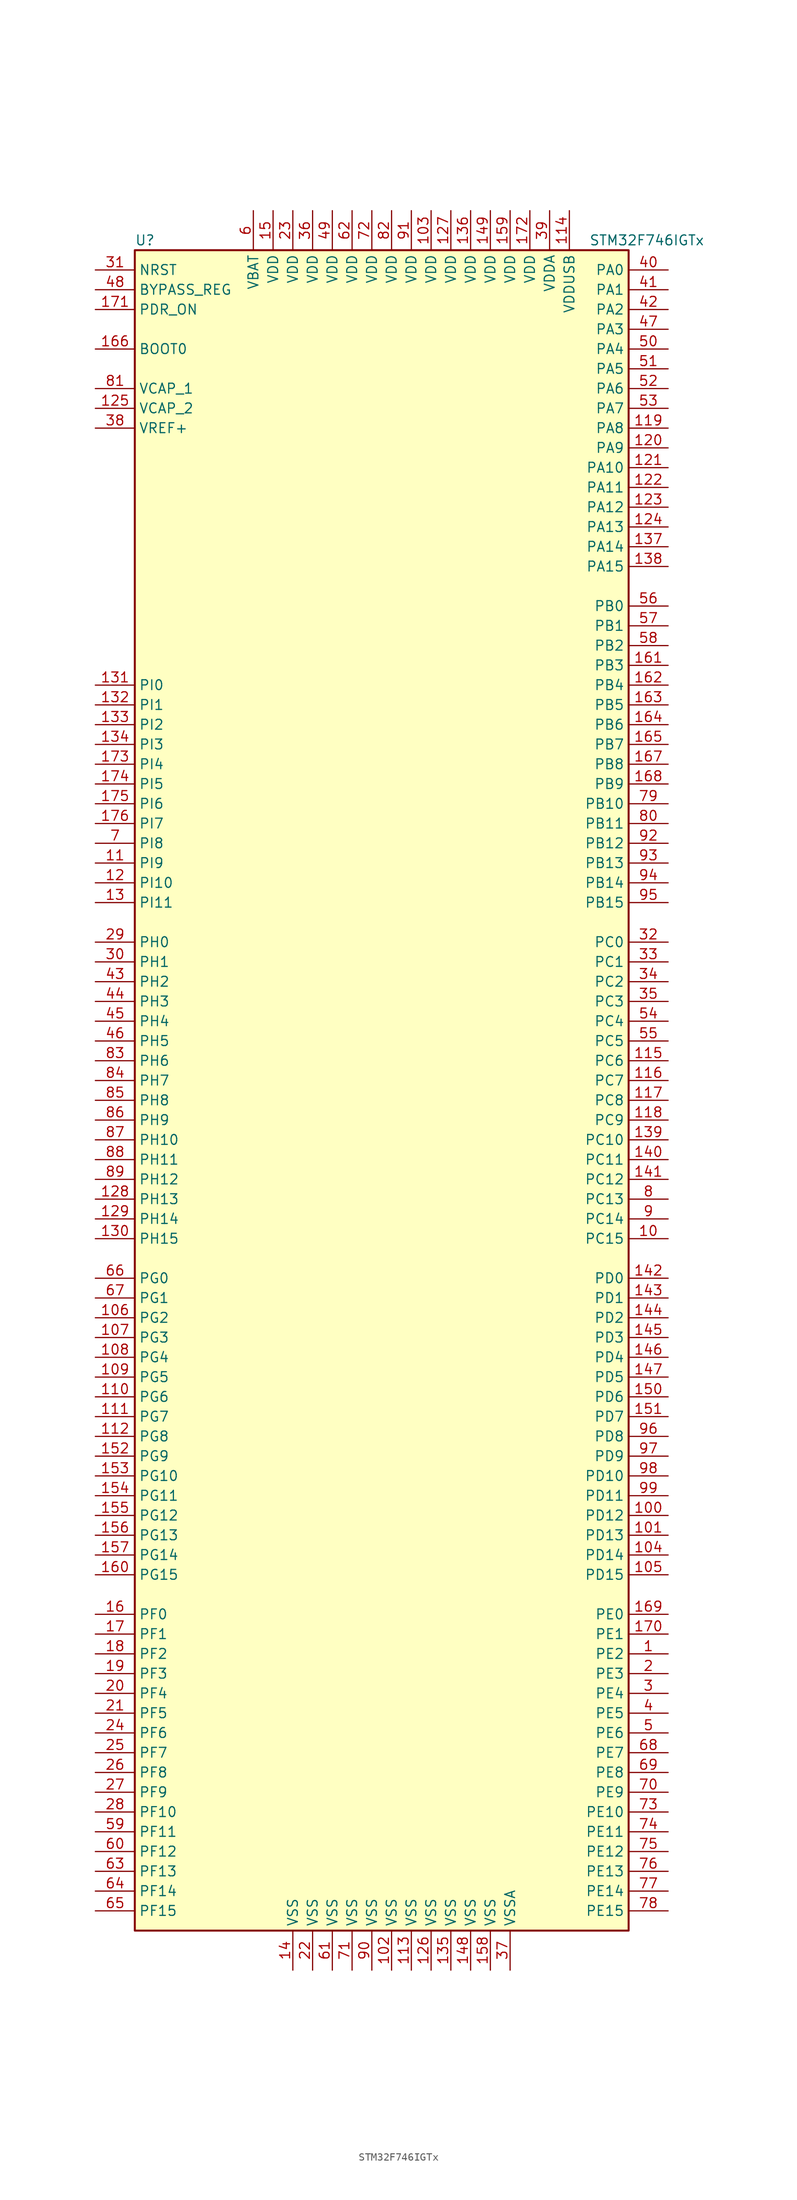
<source format=kicad_sym>
(kicad_symbol_lib
  (version 20201005)
  (generator kicad_symbol_editor)
  (symbol "MCU_ST_STM32F7:STM32F746IGTx"
    (property "Reference" "U"
      (at -33.02 107.95 0)
      (effects (font (size 1.27 1.27)) (justify left)))
    (property "Value" "STM32F746IGTx"
      (at 25.4 107.95 0)
      (effects (font (size 1.27 1.27)) (justify left)))
    (symbol "STM32F746IGTx_0_1"
      (rectangle (start -33.02 -109.22) (end 30.48 106.68) (stroke (width 0.254)) (fill (type background))))
    (symbol "STM32F746IGTx_1_1"
      (pin input line (at -38.1 93.98 0) (length 5.08) (name "BOOT0" (effects (font (size 1.27 1.27)))) (number "166" (effects (font (size 1.27 1.27)))))
      (pin input line (at -38.1 101.6 0) (length 5.08) (name "BYPASS_REG" (effects (font (size 1.27 1.27)))) (number "48" (effects (font (size 1.27 1.27)))))
      (pin input line (at -38.1 104.14 0) (length 5.08) (name "NRST" (effects (font (size 1.27 1.27)))) (number "31" (effects (font (size 1.27 1.27)))))
      (pin bidirectional line (at 35.56 104.14 180) (length 5.08) (name "PA0" (effects (font (size 1.27 1.27)))) (number "40" (effects (font (size 1.27 1.27)))))
      (pin bidirectional line (at 35.56 101.6 180) (length 5.08) (name "PA1" (effects (font (size 1.27 1.27)))) (number "41" (effects (font (size 1.27 1.27)))))
      (pin bidirectional line (at 35.56 78.74 180) (length 5.08) (name "PA10" (effects (font (size 1.27 1.27)))) (number "121" (effects (font (size 1.27 1.27)))))
      (pin bidirectional line (at 35.56 76.2 180) (length 5.08) (name "PA11" (effects (font (size 1.27 1.27)))) (number "122" (effects (font (size 1.27 1.27)))))
      (pin bidirectional line (at 35.56 73.66 180) (length 5.08) (name "PA12" (effects (font (size 1.27 1.27)))) (number "123" (effects (font (size 1.27 1.27)))))
      (pin bidirectional line (at 35.56 71.12 180) (length 5.08) (name "PA13" (effects (font (size 1.27 1.27)))) (number "124" (effects (font (size 1.27 1.27)))))
      (pin bidirectional line (at 35.56 68.58 180) (length 5.08) (name "PA14" (effects (font (size 1.27 1.27)))) (number "137" (effects (font (size 1.27 1.27)))))
      (pin bidirectional line (at 35.56 66.04 180) (length 5.08) (name "PA15" (effects (font (size 1.27 1.27)))) (number "138" (effects (font (size 1.27 1.27)))))
      (pin bidirectional line (at 35.56 99.06 180) (length 5.08) (name "PA2" (effects (font (size 1.27 1.27)))) (number "42" (effects (font (size 1.27 1.27)))))
      (pin bidirectional line (at 35.56 96.52 180) (length 5.08) (name "PA3" (effects (font (size 1.27 1.27)))) (number "47" (effects (font (size 1.27 1.27)))))
      (pin bidirectional line (at 35.56 93.98 180) (length 5.08) (name "PA4" (effects (font (size 1.27 1.27)))) (number "50" (effects (font (size 1.27 1.27)))))
      (pin bidirectional line (at 35.56 91.44 180) (length 5.08) (name "PA5" (effects (font (size 1.27 1.27)))) (number "51" (effects (font (size 1.27 1.27)))))
      (pin bidirectional line (at 35.56 88.9 180) (length 5.08) (name "PA6" (effects (font (size 1.27 1.27)))) (number "52" (effects (font (size 1.27 1.27)))))
      (pin bidirectional line (at 35.56 86.36 180) (length 5.08) (name "PA7" (effects (font (size 1.27 1.27)))) (number "53" (effects (font (size 1.27 1.27)))))
      (pin bidirectional line (at 35.56 83.82 180) (length 5.08) (name "PA8" (effects (font (size 1.27 1.27)))) (number "119" (effects (font (size 1.27 1.27)))))
      (pin bidirectional line (at 35.56 81.28 180) (length 5.08) (name "PA9" (effects (font (size 1.27 1.27)))) (number "120" (effects (font (size 1.27 1.27)))))
      (pin bidirectional line (at 35.56 60.96 180) (length 5.08) (name "PB0" (effects (font (size 1.27 1.27)))) (number "56" (effects (font (size 1.27 1.27)))))
      (pin bidirectional line (at 35.56 58.42 180) (length 5.08) (name "PB1" (effects (font (size 1.27 1.27)))) (number "57" (effects (font (size 1.27 1.27)))))
      (pin bidirectional line (at 35.56 35.56 180) (length 5.08) (name "PB10" (effects (font (size 1.27 1.27)))) (number "79" (effects (font (size 1.27 1.27)))))
      (pin bidirectional line (at 35.56 33.02 180) (length 5.08) (name "PB11" (effects (font (size 1.27 1.27)))) (number "80" (effects (font (size 1.27 1.27)))))
      (pin bidirectional line (at 35.56 30.48 180) (length 5.08) (name "PB12" (effects (font (size 1.27 1.27)))) (number "92" (effects (font (size 1.27 1.27)))))
      (pin bidirectional line (at 35.56 27.94 180) (length 5.08) (name "PB13" (effects (font (size 1.27 1.27)))) (number "93" (effects (font (size 1.27 1.27)))))
      (pin bidirectional line (at 35.56 25.4 180) (length 5.08) (name "PB14" (effects (font (size 1.27 1.27)))) (number "94" (effects (font (size 1.27 1.27)))))
      (pin bidirectional line (at 35.56 22.86 180) (length 5.08) (name "PB15" (effects (font (size 1.27 1.27)))) (number "95" (effects (font (size 1.27 1.27)))))
      (pin bidirectional line (at 35.56 55.88 180) (length 5.08) (name "PB2" (effects (font (size 1.27 1.27)))) (number "58" (effects (font (size 1.27 1.27)))))
      (pin bidirectional line (at 35.56 53.34 180) (length 5.08) (name "PB3" (effects (font (size 1.27 1.27)))) (number "161" (effects (font (size 1.27 1.27)))))
      (pin bidirectional line (at 35.56 50.8 180) (length 5.08) (name "PB4" (effects (font (size 1.27 1.27)))) (number "162" (effects (font (size 1.27 1.27)))))
      (pin bidirectional line (at 35.56 48.26 180) (length 5.08) (name "PB5" (effects (font (size 1.27 1.27)))) (number "163" (effects (font (size 1.27 1.27)))))
      (pin bidirectional line (at 35.56 45.72 180) (length 5.08) (name "PB6" (effects (font (size 1.27 1.27)))) (number "164" (effects (font (size 1.27 1.27)))))
      (pin bidirectional line (at 35.56 43.18 180) (length 5.08) (name "PB7" (effects (font (size 1.27 1.27)))) (number "165" (effects (font (size 1.27 1.27)))))
      (pin bidirectional line (at 35.56 40.64 180) (length 5.08) (name "PB8" (effects (font (size 1.27 1.27)))) (number "167" (effects (font (size 1.27 1.27)))))
      (pin bidirectional line (at 35.56 38.1 180) (length 5.08) (name "PB9" (effects (font (size 1.27 1.27)))) (number "168" (effects (font (size 1.27 1.27)))))
      (pin bidirectional line (at 35.56 17.78 180) (length 5.08) (name "PC0" (effects (font (size 1.27 1.27)))) (number "32" (effects (font (size 1.27 1.27)))))
      (pin bidirectional line (at 35.56 15.24 180) (length 5.08) (name "PC1" (effects (font (size 1.27 1.27)))) (number "33" (effects (font (size 1.27 1.27)))))
      (pin bidirectional line (at 35.56 -7.62 180) (length 5.08) (name "PC10" (effects (font (size 1.27 1.27)))) (number "139" (effects (font (size 1.27 1.27)))))
      (pin bidirectional line (at 35.56 -10.16 180) (length 5.08) (name "PC11" (effects (font (size 1.27 1.27)))) (number "140" (effects (font (size 1.27 1.27)))))
      (pin bidirectional line (at 35.56 -12.7 180) (length 5.08) (name "PC12" (effects (font (size 1.27 1.27)))) (number "141" (effects (font (size 1.27 1.27)))))
      (pin bidirectional line (at 35.56 -15.24 180) (length 5.08) (name "PC13" (effects (font (size 1.27 1.27)))) (number "8" (effects (font (size 1.27 1.27)))))
      (pin bidirectional line (at 35.56 -17.78 180) (length 5.08) (name "PC14" (effects (font (size 1.27 1.27)))) (number "9" (effects (font (size 1.27 1.27)))))
      (pin bidirectional line (at 35.56 -20.32 180) (length 5.08) (name "PC15" (effects (font (size 1.27 1.27)))) (number "10" (effects (font (size 1.27 1.27)))))
      (pin bidirectional line (at 35.56 12.7 180) (length 5.08) (name "PC2" (effects (font (size 1.27 1.27)))) (number "34" (effects (font (size 1.27 1.27)))))
      (pin bidirectional line (at 35.56 10.16 180) (length 5.08) (name "PC3" (effects (font (size 1.27 1.27)))) (number "35" (effects (font (size 1.27 1.27)))))
      (pin bidirectional line (at 35.56 7.62 180) (length 5.08) (name "PC4" (effects (font (size 1.27 1.27)))) (number "54" (effects (font (size 1.27 1.27)))))
      (pin bidirectional line (at 35.56 5.08 180) (length 5.08) (name "PC5" (effects (font (size 1.27 1.27)))) (number "55" (effects (font (size 1.27 1.27)))))
      (pin bidirectional line (at 35.56 2.54 180) (length 5.08) (name "PC6" (effects (font (size 1.27 1.27)))) (number "115" (effects (font (size 1.27 1.27)))))
      (pin bidirectional line (at 35.56 0 180) (length 5.08) (name "PC7" (effects (font (size 1.27 1.27)))) (number "116" (effects (font (size 1.27 1.27)))))
      (pin bidirectional line (at 35.56 -2.54 180) (length 5.08) (name "PC8" (effects (font (size 1.27 1.27)))) (number "117" (effects (font (size 1.27 1.27)))))
      (pin bidirectional line (at 35.56 -5.08 180) (length 5.08) (name "PC9" (effects (font (size 1.27 1.27)))) (number "118" (effects (font (size 1.27 1.27)))))
      (pin bidirectional line (at 35.56 -25.4 180) (length 5.08) (name "PD0" (effects (font (size 1.27 1.27)))) (number "142" (effects (font (size 1.27 1.27)))))
      (pin bidirectional line (at 35.56 -27.94 180) (length 5.08) (name "PD1" (effects (font (size 1.27 1.27)))) (number "143" (effects (font (size 1.27 1.27)))))
      (pin bidirectional line (at 35.56 -50.8 180) (length 5.08) (name "PD10" (effects (font (size 1.27 1.27)))) (number "98" (effects (font (size 1.27 1.27)))))
      (pin bidirectional line (at 35.56 -53.34 180) (length 5.08) (name "PD11" (effects (font (size 1.27 1.27)))) (number "99" (effects (font (size 1.27 1.27)))))
      (pin bidirectional line (at 35.56 -55.88 180) (length 5.08) (name "PD12" (effects (font (size 1.27 1.27)))) (number "100" (effects (font (size 1.27 1.27)))))
      (pin bidirectional line (at 35.56 -58.42 180) (length 5.08) (name "PD13" (effects (font (size 1.27 1.27)))) (number "101" (effects (font (size 1.27 1.27)))))
      (pin bidirectional line (at 35.56 -60.96 180) (length 5.08) (name "PD14" (effects (font (size 1.27 1.27)))) (number "104" (effects (font (size 1.27 1.27)))))
      (pin bidirectional line (at 35.56 -63.5 180) (length 5.08) (name "PD15" (effects (font (size 1.27 1.27)))) (number "105" (effects (font (size 1.27 1.27)))))
      (pin bidirectional line (at 35.56 -30.48 180) (length 5.08) (name "PD2" (effects (font (size 1.27 1.27)))) (number "144" (effects (font (size 1.27 1.27)))))
      (pin bidirectional line (at 35.56 -33.02 180) (length 5.08) (name "PD3" (effects (font (size 1.27 1.27)))) (number "145" (effects (font (size 1.27 1.27)))))
      (pin bidirectional line (at 35.56 -35.56 180) (length 5.08) (name "PD4" (effects (font (size 1.27 1.27)))) (number "146" (effects (font (size 1.27 1.27)))))
      (pin bidirectional line (at 35.56 -38.1 180) (length 5.08) (name "PD5" (effects (font (size 1.27 1.27)))) (number "147" (effects (font (size 1.27 1.27)))))
      (pin bidirectional line (at 35.56 -40.64 180) (length 5.08) (name "PD6" (effects (font (size 1.27 1.27)))) (number "150" (effects (font (size 1.27 1.27)))))
      (pin bidirectional line (at 35.56 -43.18 180) (length 5.08) (name "PD7" (effects (font (size 1.27 1.27)))) (number "151" (effects (font (size 1.27 1.27)))))
      (pin bidirectional line (at 35.56 -45.72 180) (length 5.08) (name "PD8" (effects (font (size 1.27 1.27)))) (number "96" (effects (font (size 1.27 1.27)))))
      (pin bidirectional line (at 35.56 -48.26 180) (length 5.08) (name "PD9" (effects (font (size 1.27 1.27)))) (number "97" (effects (font (size 1.27 1.27)))))
      (pin input line (at -38.1 99.06 0) (length 5.08) (name "PDR_ON" (effects (font (size 1.27 1.27)))) (number "171" (effects (font (size 1.27 1.27)))))
      (pin bidirectional line (at 35.56 -68.58 180) (length 5.08) (name "PE0" (effects (font (size 1.27 1.27)))) (number "169" (effects (font (size 1.27 1.27)))))
      (pin bidirectional line (at 35.56 -71.12 180) (length 5.08) (name "PE1" (effects (font (size 1.27 1.27)))) (number "170" (effects (font (size 1.27 1.27)))))
      (pin bidirectional line (at 35.56 -93.98 180) (length 5.08) (name "PE10" (effects (font (size 1.27 1.27)))) (number "73" (effects (font (size 1.27 1.27)))))
      (pin bidirectional line (at 35.56 -96.52 180) (length 5.08) (name "PE11" (effects (font (size 1.27 1.27)))) (number "74" (effects (font (size 1.27 1.27)))))
      (pin bidirectional line (at 35.56 -99.06 180) (length 5.08) (name "PE12" (effects (font (size 1.27 1.27)))) (number "75" (effects (font (size 1.27 1.27)))))
      (pin bidirectional line (at 35.56 -101.6 180) (length 5.08) (name "PE13" (effects (font (size 1.27 1.27)))) (number "76" (effects (font (size 1.27 1.27)))))
      (pin bidirectional line (at 35.56 -104.14 180) (length 5.08) (name "PE14" (effects (font (size 1.27 1.27)))) (number "77" (effects (font (size 1.27 1.27)))))
      (pin bidirectional line (at 35.56 -106.68 180) (length 5.08) (name "PE15" (effects (font (size 1.27 1.27)))) (number "78" (effects (font (size 1.27 1.27)))))
      (pin bidirectional line (at 35.56 -73.66 180) (length 5.08) (name "PE2" (effects (font (size 1.27 1.27)))) (number "1" (effects (font (size 1.27 1.27)))))
      (pin bidirectional line (at 35.56 -76.2 180) (length 5.08) (name "PE3" (effects (font (size 1.27 1.27)))) (number "2" (effects (font (size 1.27 1.27)))))
      (pin bidirectional line (at 35.56 -78.74 180) (length 5.08) (name "PE4" (effects (font (size 1.27 1.27)))) (number "3" (effects (font (size 1.27 1.27)))))
      (pin bidirectional line (at 35.56 -81.28 180) (length 5.08) (name "PE5" (effects (font (size 1.27 1.27)))) (number "4" (effects (font (size 1.27 1.27)))))
      (pin bidirectional line (at 35.56 -83.82 180) (length 5.08) (name "PE6" (effects (font (size 1.27 1.27)))) (number "5" (effects (font (size 1.27 1.27)))))
      (pin bidirectional line (at 35.56 -86.36 180) (length 5.08) (name "PE7" (effects (font (size 1.27 1.27)))) (number "68" (effects (font (size 1.27 1.27)))))
      (pin bidirectional line (at 35.56 -88.9 180) (length 5.08) (name "PE8" (effects (font (size 1.27 1.27)))) (number "69" (effects (font (size 1.27 1.27)))))
      (pin bidirectional line (at 35.56 -91.44 180) (length 5.08) (name "PE9" (effects (font (size 1.27 1.27)))) (number "70" (effects (font (size 1.27 1.27)))))
      (pin bidirectional line (at -38.1 -68.58 0) (length 5.08) (name "PF0" (effects (font (size 1.27 1.27)))) (number "16" (effects (font (size 1.27 1.27)))))
      (pin bidirectional line (at -38.1 -71.12 0) (length 5.08) (name "PF1" (effects (font (size 1.27 1.27)))) (number "17" (effects (font (size 1.27 1.27)))))
      (pin bidirectional line (at -38.1 -93.98 0) (length 5.08) (name "PF10" (effects (font (size 1.27 1.27)))) (number "28" (effects (font (size 1.27 1.27)))))
      (pin bidirectional line (at -38.1 -96.52 0) (length 5.08) (name "PF11" (effects (font (size 1.27 1.27)))) (number "59" (effects (font (size 1.27 1.27)))))
      (pin bidirectional line (at -38.1 -99.06 0) (length 5.08) (name "PF12" (effects (font (size 1.27 1.27)))) (number "60" (effects (font (size 1.27 1.27)))))
      (pin bidirectional line (at -38.1 -101.6 0) (length 5.08) (name "PF13" (effects (font (size 1.27 1.27)))) (number "63" (effects (font (size 1.27 1.27)))))
      (pin bidirectional line (at -38.1 -104.14 0) (length 5.08) (name "PF14" (effects (font (size 1.27 1.27)))) (number "64" (effects (font (size 1.27 1.27)))))
      (pin bidirectional line (at -38.1 -106.68 0) (length 5.08) (name "PF15" (effects (font (size 1.27 1.27)))) (number "65" (effects (font (size 1.27 1.27)))))
      (pin bidirectional line (at -38.1 -73.66 0) (length 5.08) (name "PF2" (effects (font (size 1.27 1.27)))) (number "18" (effects (font (size 1.27 1.27)))))
      (pin bidirectional line (at -38.1 -76.2 0) (length 5.08) (name "PF3" (effects (font (size 1.27 1.27)))) (number "19" (effects (font (size 1.27 1.27)))))
      (pin bidirectional line (at -38.1 -78.74 0) (length 5.08) (name "PF4" (effects (font (size 1.27 1.27)))) (number "20" (effects (font (size 1.27 1.27)))))
      (pin bidirectional line (at -38.1 -81.28 0) (length 5.08) (name "PF5" (effects (font (size 1.27 1.27)))) (number "21" (effects (font (size 1.27 1.27)))))
      (pin bidirectional line (at -38.1 -83.82 0) (length 5.08) (name "PF6" (effects (font (size 1.27 1.27)))) (number "24" (effects (font (size 1.27 1.27)))))
      (pin bidirectional line (at -38.1 -86.36 0) (length 5.08) (name "PF7" (effects (font (size 1.27 1.27)))) (number "25" (effects (font (size 1.27 1.27)))))
      (pin bidirectional line (at -38.1 -88.9 0) (length 5.08) (name "PF8" (effects (font (size 1.27 1.27)))) (number "26" (effects (font (size 1.27 1.27)))))
      (pin bidirectional line (at -38.1 -91.44 0) (length 5.08) (name "PF9" (effects (font (size 1.27 1.27)))) (number "27" (effects (font (size 1.27 1.27)))))
      (pin bidirectional line (at -38.1 -25.4 0) (length 5.08) (name "PG0" (effects (font (size 1.27 1.27)))) (number "66" (effects (font (size 1.27 1.27)))))
      (pin bidirectional line (at -38.1 -27.94 0) (length 5.08) (name "PG1" (effects (font (size 1.27 1.27)))) (number "67" (effects (font (size 1.27 1.27)))))
      (pin bidirectional line (at -38.1 -50.8 0) (length 5.08) (name "PG10" (effects (font (size 1.27 1.27)))) (number "153" (effects (font (size 1.27 1.27)))))
      (pin bidirectional line (at -38.1 -53.34 0) (length 5.08) (name "PG11" (effects (font (size 1.27 1.27)))) (number "154" (effects (font (size 1.27 1.27)))))
      (pin bidirectional line (at -38.1 -55.88 0) (length 5.08) (name "PG12" (effects (font (size 1.27 1.27)))) (number "155" (effects (font (size 1.27 1.27)))))
      (pin bidirectional line (at -38.1 -58.42 0) (length 5.08) (name "PG13" (effects (font (size 1.27 1.27)))) (number "156" (effects (font (size 1.27 1.27)))))
      (pin bidirectional line (at -38.1 -60.96 0) (length 5.08) (name "PG14" (effects (font (size 1.27 1.27)))) (number "157" (effects (font (size 1.27 1.27)))))
      (pin bidirectional line (at -38.1 -63.5 0) (length 5.08) (name "PG15" (effects (font (size 1.27 1.27)))) (number "160" (effects (font (size 1.27 1.27)))))
      (pin bidirectional line (at -38.1 -30.48 0) (length 5.08) (name "PG2" (effects (font (size 1.27 1.27)))) (number "106" (effects (font (size 1.27 1.27)))))
      (pin bidirectional line (at -38.1 -33.02 0) (length 5.08) (name "PG3" (effects (font (size 1.27 1.27)))) (number "107" (effects (font (size 1.27 1.27)))))
      (pin bidirectional line (at -38.1 -35.56 0) (length 5.08) (name "PG4" (effects (font (size 1.27 1.27)))) (number "108" (effects (font (size 1.27 1.27)))))
      (pin bidirectional line (at -38.1 -38.1 0) (length 5.08) (name "PG5" (effects (font (size 1.27 1.27)))) (number "109" (effects (font (size 1.27 1.27)))))
      (pin bidirectional line (at -38.1 -40.64 0) (length 5.08) (name "PG6" (effects (font (size 1.27 1.27)))) (number "110" (effects (font (size 1.27 1.27)))))
      (pin bidirectional line (at -38.1 -43.18 0) (length 5.08) (name "PG7" (effects (font (size 1.27 1.27)))) (number "111" (effects (font (size 1.27 1.27)))))
      (pin bidirectional line (at -38.1 -45.72 0) (length 5.08) (name "PG8" (effects (font (size 1.27 1.27)))) (number "112" (effects (font (size 1.27 1.27)))))
      (pin bidirectional line (at -38.1 -48.26 0) (length 5.08) (name "PG9" (effects (font (size 1.27 1.27)))) (number "152" (effects (font (size 1.27 1.27)))))
      (pin input line (at -38.1 17.78 0) (length 5.08) (name "PH0" (effects (font (size 1.27 1.27)))) (number "29" (effects (font (size 1.27 1.27)))))
      (pin input line (at -38.1 15.24 0) (length 5.08) (name "PH1" (effects (font (size 1.27 1.27)))) (number "30" (effects (font (size 1.27 1.27)))))
      (pin bidirectional line (at -38.1 -7.62 0) (length 5.08) (name "PH10" (effects (font (size 1.27 1.27)))) (number "87" (effects (font (size 1.27 1.27)))))
      (pin bidirectional line (at -38.1 -10.16 0) (length 5.08) (name "PH11" (effects (font (size 1.27 1.27)))) (number "88" (effects (font (size 1.27 1.27)))))
      (pin bidirectional line (at -38.1 -12.7 0) (length 5.08) (name "PH12" (effects (font (size 1.27 1.27)))) (number "89" (effects (font (size 1.27 1.27)))))
      (pin bidirectional line (at -38.1 -15.24 0) (length 5.08) (name "PH13" (effects (font (size 1.27 1.27)))) (number "128" (effects (font (size 1.27 1.27)))))
      (pin bidirectional line (at -38.1 -17.78 0) (length 5.08) (name "PH14" (effects (font (size 1.27 1.27)))) (number "129" (effects (font (size 1.27 1.27)))))
      (pin bidirectional line (at -38.1 -20.32 0) (length 5.08) (name "PH15" (effects (font (size 1.27 1.27)))) (number "130" (effects (font (size 1.27 1.27)))))
      (pin bidirectional line (at -38.1 12.7 0) (length 5.08) (name "PH2" (effects (font (size 1.27 1.27)))) (number "43" (effects (font (size 1.27 1.27)))))
      (pin bidirectional line (at -38.1 10.16 0) (length 5.08) (name "PH3" (effects (font (size 1.27 1.27)))) (number "44" (effects (font (size 1.27 1.27)))))
      (pin bidirectional line (at -38.1 7.62 0) (length 5.08) (name "PH4" (effects (font (size 1.27 1.27)))) (number "45" (effects (font (size 1.27 1.27)))))
      (pin bidirectional line (at -38.1 5.08 0) (length 5.08) (name "PH5" (effects (font (size 1.27 1.27)))) (number "46" (effects (font (size 1.27 1.27)))))
      (pin bidirectional line (at -38.1 2.54 0) (length 5.08) (name "PH6" (effects (font (size 1.27 1.27)))) (number "83" (effects (font (size 1.27 1.27)))))
      (pin bidirectional line (at -38.1 0 0) (length 5.08) (name "PH7" (effects (font (size 1.27 1.27)))) (number "84" (effects (font (size 1.27 1.27)))))
      (pin bidirectional line (at -38.1 -2.54 0) (length 5.08) (name "PH8" (effects (font (size 1.27 1.27)))) (number "85" (effects (font (size 1.27 1.27)))))
      (pin bidirectional line (at -38.1 -5.08 0) (length 5.08) (name "PH9" (effects (font (size 1.27 1.27)))) (number "86" (effects (font (size 1.27 1.27)))))
      (pin bidirectional line (at -38.1 50.8 0) (length 5.08) (name "PI0" (effects (font (size 1.27 1.27)))) (number "131" (effects (font (size 1.27 1.27)))))
      (pin bidirectional line (at -38.1 48.26 0) (length 5.08) (name "PI1" (effects (font (size 1.27 1.27)))) (number "132" (effects (font (size 1.27 1.27)))))
      (pin bidirectional line (at -38.1 25.4 0) (length 5.08) (name "PI10" (effects (font (size 1.27 1.27)))) (number "12" (effects (font (size 1.27 1.27)))))
      (pin bidirectional line (at -38.1 22.86 0) (length 5.08) (name "PI11" (effects (font (size 1.27 1.27)))) (number "13" (effects (font (size 1.27 1.27)))))
      (pin bidirectional line (at -38.1 45.72 0) (length 5.08) (name "PI2" (effects (font (size 1.27 1.27)))) (number "133" (effects (font (size 1.27 1.27)))))
      (pin bidirectional line (at -38.1 43.18 0) (length 5.08) (name "PI3" (effects (font (size 1.27 1.27)))) (number "134" (effects (font (size 1.27 1.27)))))
      (pin bidirectional line (at -38.1 40.64 0) (length 5.08) (name "PI4" (effects (font (size 1.27 1.27)))) (number "173" (effects (font (size 1.27 1.27)))))
      (pin bidirectional line (at -38.1 38.1 0) (length 5.08) (name "PI5" (effects (font (size 1.27 1.27)))) (number "174" (effects (font (size 1.27 1.27)))))
      (pin bidirectional line (at -38.1 35.56 0) (length 5.08) (name "PI6" (effects (font (size 1.27 1.27)))) (number "175" (effects (font (size 1.27 1.27)))))
      (pin bidirectional line (at -38.1 33.02 0) (length 5.08) (name "PI7" (effects (font (size 1.27 1.27)))) (number "176" (effects (font (size 1.27 1.27)))))
      (pin bidirectional line (at -38.1 30.48 0) (length 5.08) (name "PI8" (effects (font (size 1.27 1.27)))) (number "7" (effects (font (size 1.27 1.27)))))
      (pin bidirectional line (at -38.1 27.94 0) (length 5.08) (name "PI9" (effects (font (size 1.27 1.27)))) (number "11" (effects (font (size 1.27 1.27)))))
      (pin power_in line (at -17.78 111.76 270) (length 5.08) (name "VBAT" (effects (font (size 1.27 1.27)))) (number "6" (effects (font (size 1.27 1.27)))))
      (pin power_in line (at -38.1 88.9 0) (length 5.08) (name "VCAP_1" (effects (font (size 1.27 1.27)))) (number "81" (effects (font (size 1.27 1.27)))))
      (pin power_in line (at -38.1 86.36 0) (length 5.08) (name "VCAP_2" (effects (font (size 1.27 1.27)))) (number "125" (effects (font (size 1.27 1.27)))))
      (pin power_in line (at 5.08 111.76 270) (length 5.08) (name "VDD" (effects (font (size 1.27 1.27)))) (number "103" (effects (font (size 1.27 1.27)))))
      (pin power_in line (at 7.62 111.76 270) (length 5.08) (name "VDD" (effects (font (size 1.27 1.27)))) (number "127" (effects (font (size 1.27 1.27)))))
      (pin power_in line (at 10.16 111.76 270) (length 5.08) (name "VDD" (effects (font (size 1.27 1.27)))) (number "136" (effects (font (size 1.27 1.27)))))
      (pin power_in line (at 12.7 111.76 270) (length 5.08) (name "VDD" (effects (font (size 1.27 1.27)))) (number "149" (effects (font (size 1.27 1.27)))))
      (pin power_in line (at -15.24 111.76 270) (length 5.08) (name "VDD" (effects (font (size 1.27 1.27)))) (number "15" (effects (font (size 1.27 1.27)))))
      (pin power_in line (at 15.24 111.76 270) (length 5.08) (name "VDD" (effects (font (size 1.27 1.27)))) (number "159" (effects (font (size 1.27 1.27)))))
      (pin power_in line (at 17.78 111.76 270) (length 5.08) (name "VDD" (effects (font (size 1.27 1.27)))) (number "172" (effects (font (size 1.27 1.27)))))
      (pin power_in line (at -12.7 111.76 270) (length 5.08) (name "VDD" (effects (font (size 1.27 1.27)))) (number "23" (effects (font (size 1.27 1.27)))))
      (pin power_in line (at -10.16 111.76 270) (length 5.08) (name "VDD" (effects (font (size 1.27 1.27)))) (number "36" (effects (font (size 1.27 1.27)))))
      (pin power_in line (at -7.62 111.76 270) (length 5.08) (name "VDD" (effects (font (size 1.27 1.27)))) (number "49" (effects (font (size 1.27 1.27)))))
      (pin power_in line (at -5.08 111.76 270) (length 5.08) (name "VDD" (effects (font (size 1.27 1.27)))) (number "62" (effects (font (size 1.27 1.27)))))
      (pin power_in line (at -2.54 111.76 270) (length 5.08) (name "VDD" (effects (font (size 1.27 1.27)))) (number "72" (effects (font (size 1.27 1.27)))))
      (pin power_in line (at 0 111.76 270) (length 5.08) (name "VDD" (effects (font (size 1.27 1.27)))) (number "82" (effects (font (size 1.27 1.27)))))
      (pin power_in line (at 2.54 111.76 270) (length 5.08) (name "VDD" (effects (font (size 1.27 1.27)))) (number "91" (effects (font (size 1.27 1.27)))))
      (pin power_in line (at 20.32 111.76 270) (length 5.08) (name "VDDA" (effects (font (size 1.27 1.27)))) (number "39" (effects (font (size 1.27 1.27)))))
      (pin power_in line (at 22.86 111.76 270) (length 5.08) (name "VDDUSB" (effects (font (size 1.27 1.27)))) (number "114" (effects (font (size 1.27 1.27)))))
      (pin power_in line (at -38.1 83.82 0) (length 5.08) (name "VREF+" (effects (font (size 1.27 1.27)))) (number "38" (effects (font (size 1.27 1.27)))))
      (pin power_in line (at 0 -114.3 90) (length 5.08) (name "VSS" (effects (font (size 1.27 1.27)))) (number "102" (effects (font (size 1.27 1.27)))))
      (pin power_in line (at 2.54 -114.3 90) (length 5.08) (name "VSS" (effects (font (size 1.27 1.27)))) (number "113" (effects (font (size 1.27 1.27)))))
      (pin power_in line (at 5.08 -114.3 90) (length 5.08) (name "VSS" (effects (font (size 1.27 1.27)))) (number "126" (effects (font (size 1.27 1.27)))))
      (pin power_in line (at 7.62 -114.3 90) (length 5.08) (name "VSS" (effects (font (size 1.27 1.27)))) (number "135" (effects (font (size 1.27 1.27)))))
      (pin power_in line (at -12.7 -114.3 90) (length 5.08) (name "VSS" (effects (font (size 1.27 1.27)))) (number "14" (effects (font (size 1.27 1.27)))))
      (pin power_in line (at 10.16 -114.3 90) (length 5.08) (name "VSS" (effects (font (size 1.27 1.27)))) (number "148" (effects (font (size 1.27 1.27)))))
      (pin power_in line (at 12.7 -114.3 90) (length 5.08) (name "VSS" (effects (font (size 1.27 1.27)))) (number "158" (effects (font (size 1.27 1.27)))))
      (pin power_in line (at -10.16 -114.3 90) (length 5.08) (name "VSS" (effects (font (size 1.27 1.27)))) (number "22" (effects (font (size 1.27 1.27)))))
      (pin power_in line (at -7.62 -114.3 90) (length 5.08) (name "VSS" (effects (font (size 1.27 1.27)))) (number "61" (effects (font (size 1.27 1.27)))))
      (pin power_in line (at -5.08 -114.3 90) (length 5.08) (name "VSS" (effects (font (size 1.27 1.27)))) (number "71" (effects (font (size 1.27 1.27)))))
      (pin power_in line (at -2.54 -114.3 90) (length 5.08) (name "VSS" (effects (font (size 1.27 1.27)))) (number "90" (effects (font (size 1.27 1.27)))))
      (pin power_in line (at 15.24 -114.3 90) (length 5.08) (name "VSSA" (effects (font (size 1.27 1.27)))) (number "37" (effects (font (size 1.27 1.27))))))))
</source>
